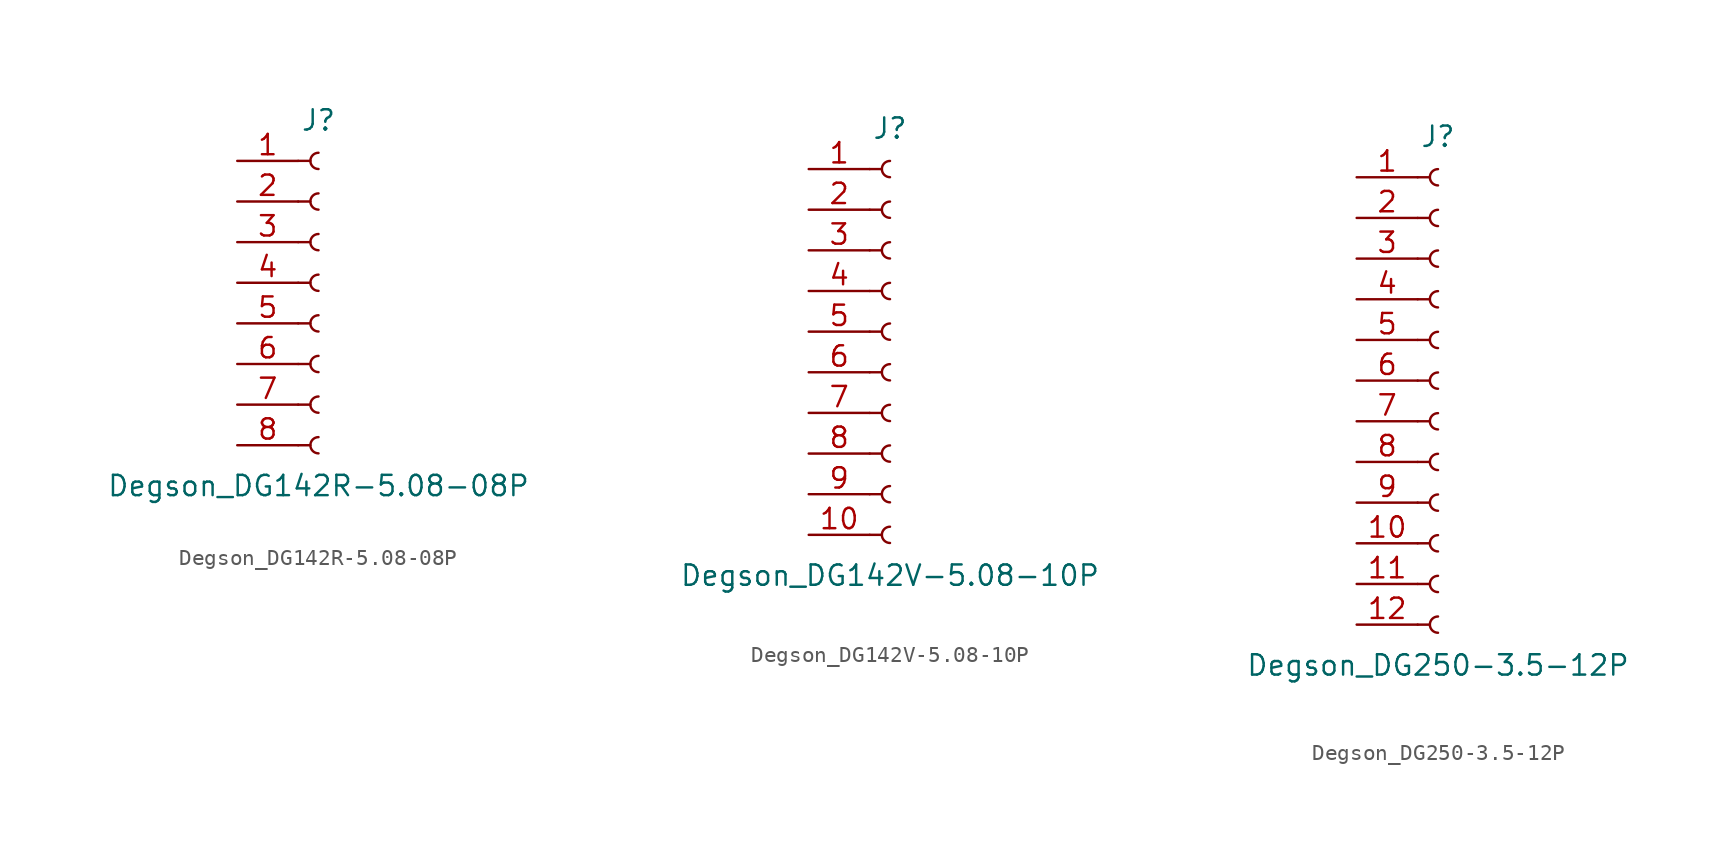
<source format=kicad_sym>
(kicad_symbol_lib
  (version 20231120)
  (generator "kicad_symbol_editor")
  (generator_version "8.0")
  (symbol "Degson_DG142R-5.08-08P"
    (pin_names
      (offset 1.016) hide)
    (property "Reference" "J"
      (at 0 10.16 0)
      (effects (font (size 1.27 1.27))))
    (property "Value" "Degson_DG142R-5.08-08P"
      (at 0 -12.7 0)
      (effects (font (size 1.27 1.27))))
    (symbol "Degson_DG142R-5.08-08P_1_1"
      (arc (start 0 -9.652) (mid -0.5058 -10.16) (end 0 -10.668) (stroke (width 0.1524) (type default)) (fill (type none)))
      (arc (start 0 -7.112) (mid -0.5058 -7.62) (end 0 -8.128) (stroke (width 0.1524) (type default)) (fill (type none)))
      (arc (start 0 -4.572) (mid -0.5058 -5.08) (end 0 -5.588) (stroke (width 0.1524) (type default)) (fill (type none)))
      (arc (start 0 -2.032) (mid -0.5058 -2.54) (end 0 -3.048) (stroke (width 0.1524) (type default)) (fill (type none)))
      (polyline (pts (xy -1.27 -10.16) (xy -0.508 -10.16)) (stroke (width 0.152) (type default)) (fill (type none)))
      (polyline (pts (xy -1.27 -7.62) (xy -0.508 -7.62)) (stroke (width 0.152) (type default)) (fill (type none)))
      (polyline (pts (xy -1.27 -5.08) (xy -0.508 -5.08)) (stroke (width 0.152) (type default)) (fill (type none)))
      (polyline (pts (xy -1.27 -2.54) (xy -0.508 -2.54)) (stroke (width 0.152) (type default)) (fill (type none)))
      (polyline (pts (xy -1.27 0) (xy -0.508 0)) (stroke (width 0.152) (type default)) (fill (type none)))
      (polyline (pts (xy -1.27 2.54) (xy -0.508 2.54)) (stroke (width 0.152) (type default)) (fill (type none)))
      (polyline (pts (xy -1.27 5.08) (xy -0.508 5.08)) (stroke (width 0.152) (type default)) (fill (type none)))
      (polyline (pts (xy -1.27 7.62) (xy -0.508 7.62)) (stroke (width 0.152) (type default)) (fill (type none)))
      (arc (start 0 0.508) (mid -0.5058 0) (end 0 -0.508) (stroke (width 0.1524) (type default)) (fill (type none)))
      (arc (start 0 3.048) (mid -0.5058 2.54) (end 0 2.032) (stroke (width 0.1524) (type default)) (fill (type none)))
      (arc (start 0 5.588) (mid -0.5058 5.08) (end 0 4.572) (stroke (width 0.1524) (type default)) (fill (type none)))
      (arc (start 0 8.128) (mid -0.5058 7.62) (end 0 7.112) (stroke (width 0.1524) (type default)) (fill (type none)))
      (pin passive line (at -5.08 7.62 0) (length 3.81) (name "Pin_1" (effects (font (size 1.27 1.27)))) (number "1" (effects (font (size 1.27 1.27)))))
      (pin passive line (at -5.08 5.08 0) (length 3.81) (name "Pin_2" (effects (font (size 1.27 1.27)))) (number "2" (effects (font (size 1.27 1.27)))))
      (pin passive line (at -5.08 2.54 0) (length 3.81) (name "Pin_3" (effects (font (size 1.27 1.27)))) (number "3" (effects (font (size 1.27 1.27)))))
      (pin passive line (at -5.08 0 0) (length 3.81) (name "Pin_4" (effects (font (size 1.27 1.27)))) (number "4" (effects (font (size 1.27 1.27)))))
      (pin passive line (at -5.08 -2.54 0) (length 3.81) (name "Pin_5" (effects (font (size 1.27 1.27)))) (number "5" (effects (font (size 1.27 1.27)))))
      (pin passive line (at -5.08 -5.08 0) (length 3.81) (name "Pin_6" (effects (font (size 1.27 1.27)))) (number "6" (effects (font (size 1.27 1.27)))))
      (pin passive line (at -5.08 -7.62 0) (length 3.81) (name "Pin_7" (effects (font (size 1.27 1.27)))) (number "7" (effects (font (size 1.27 1.27)))))
      (pin passive line (at -5.08 -10.16 0) (length 3.81) (name "Pin_8" (effects (font (size 1.27 1.27)))) (number "8" (effects (font (size 1.27 1.27)))))))
  (symbol "Degson_DG142V-5.08-10P"
    (pin_names
      (offset 1.016) hide)
    (property "Reference" "J"
      (at 0 12.7 0)
      (effects (font (size 1.27 1.27))))
    (property "Value" "Degson_DG142V-5.08-10P"
      (at 0 -15.24 0)
      (effects (font (size 1.27 1.27))))
    (symbol "Degson_DG142V-5.08-10P_1_1"
      (arc (start 0 -12.192) (mid -0.5058 -12.7) (end 0 -13.208) (stroke (width 0.1524) (type default)) (fill (type none)))
      (arc (start 0 -9.652) (mid -0.5058 -10.16) (end 0 -10.668) (stroke (width 0.1524) (type default)) (fill (type none)))
      (arc (start 0 -7.112) (mid -0.5058 -7.62) (end 0 -8.128) (stroke (width 0.1524) (type default)) (fill (type none)))
      (arc (start 0 -4.572) (mid -0.5058 -5.08) (end 0 -5.588) (stroke (width 0.1524) (type default)) (fill (type none)))
      (arc (start 0 -2.032) (mid -0.5058 -2.54) (end 0 -3.048) (stroke (width 0.1524) (type default)) (fill (type none)))
      (polyline (pts (xy -1.27 -12.7) (xy -0.508 -12.7)) (stroke (width 0.152) (type default)) (fill (type none)))
      (polyline (pts (xy -1.27 -10.16) (xy -0.508 -10.16)) (stroke (width 0.152) (type default)) (fill (type none)))
      (polyline (pts (xy -1.27 -7.62) (xy -0.508 -7.62)) (stroke (width 0.152) (type default)) (fill (type none)))
      (polyline (pts (xy -1.27 -5.08) (xy -0.508 -5.08)) (stroke (width 0.152) (type default)) (fill (type none)))
      (polyline (pts (xy -1.27 -2.54) (xy -0.508 -2.54)) (stroke (width 0.152) (type default)) (fill (type none)))
      (polyline (pts (xy -1.27 0) (xy -0.508 0)) (stroke (width 0.152) (type default)) (fill (type none)))
      (polyline (pts (xy -1.27 2.54) (xy -0.508 2.54)) (stroke (width 0.152) (type default)) (fill (type none)))
      (polyline (pts (xy -1.27 5.08) (xy -0.508 5.08)) (stroke (width 0.152) (type default)) (fill (type none)))
      (polyline (pts (xy -1.27 7.62) (xy -0.508 7.62)) (stroke (width 0.152) (type default)) (fill (type none)))
      (polyline (pts (xy -1.27 10.16) (xy -0.508 10.16)) (stroke (width 0.152) (type default)) (fill (type none)))
      (arc (start 0 0.508) (mid -0.5058 0) (end 0 -0.508) (stroke (width 0.1524) (type default)) (fill (type none)))
      (arc (start 0 3.048) (mid -0.5058 2.54) (end 0 2.032) (stroke (width 0.1524) (type default)) (fill (type none)))
      (arc (start 0 5.588) (mid -0.5058 5.08) (end 0 4.572) (stroke (width 0.1524) (type default)) (fill (type none)))
      (arc (start 0 8.128) (mid -0.5058 7.62) (end 0 7.112) (stroke (width 0.1524) (type default)) (fill (type none)))
      (arc (start 0 10.668) (mid -0.5058 10.16) (end 0 9.652) (stroke (width 0.1524) (type default)) (fill (type none)))
      (pin passive line (at -5.08 10.16 0) (length 3.81) (name "Pin_1" (effects (font (size 1.27 1.27)))) (number "1" (effects (font (size 1.27 1.27)))))
      (pin passive line (at -5.08 -12.7 0) (length 3.81) (name "Pin_10" (effects (font (size 1.27 1.27)))) (number "10" (effects (font (size 1.27 1.27)))))
      (pin passive line (at -5.08 7.62 0) (length 3.81) (name "Pin_2" (effects (font (size 1.27 1.27)))) (number "2" (effects (font (size 1.27 1.27)))))
      (pin passive line (at -5.08 5.08 0) (length 3.81) (name "Pin_3" (effects (font (size 1.27 1.27)))) (number "3" (effects (font (size 1.27 1.27)))))
      (pin passive line (at -5.08 2.54 0) (length 3.81) (name "Pin_4" (effects (font (size 1.27 1.27)))) (number "4" (effects (font (size 1.27 1.27)))))
      (pin passive line (at -5.08 0 0) (length 3.81) (name "Pin_5" (effects (font (size 1.27 1.27)))) (number "5" (effects (font (size 1.27 1.27)))))
      (pin passive line (at -5.08 -2.54 0) (length 3.81) (name "Pin_6" (effects (font (size 1.27 1.27)))) (number "6" (effects (font (size 1.27 1.27)))))
      (pin passive line (at -5.08 -5.08 0) (length 3.81) (name "Pin_7" (effects (font (size 1.27 1.27)))) (number "7" (effects (font (size 1.27 1.27)))))
      (pin passive line (at -5.08 -7.62 0) (length 3.81) (name "Pin_8" (effects (font (size 1.27 1.27)))) (number "8" (effects (font (size 1.27 1.27)))))
      (pin passive line (at -5.08 -10.16 0) (length 3.81) (name "Pin_9" (effects (font (size 1.27 1.27)))) (number "9" (effects (font (size 1.27 1.27)))))))
  (symbol "Degson_DG250-3.5-12P"
    (pin_names
      (offset 1.016) hide)
    (property "Reference" "J"
      (at 0 15.24 0)
      (effects (font (size 1.27 1.27))))
    (property "Value" "Degson_DG250-3.5-12P"
      (at 0 -17.78 0)
      (effects (font (size 1.27 1.27))))
    (symbol "Degson_DG250-3.5-12P_1_1"
      (arc (start 0 -14.732) (mid -0.5058 -15.24) (end 0 -15.748) (stroke (width 0.1524) (type default)) (fill (type none)))
      (arc (start 0 -12.192) (mid -0.5058 -12.7) (end 0 -13.208) (stroke (width 0.1524) (type default)) (fill (type none)))
      (arc (start 0 -9.652) (mid -0.5058 -10.16) (end 0 -10.668) (stroke (width 0.1524) (type default)) (fill (type none)))
      (arc (start 0 -7.112) (mid -0.5058 -7.62) (end 0 -8.128) (stroke (width 0.1524) (type default)) (fill (type none)))
      (arc (start 0 -4.572) (mid -0.5058 -5.08) (end 0 -5.588) (stroke (width 0.1524) (type default)) (fill (type none)))
      (arc (start 0 -2.032) (mid -0.5058 -2.54) (end 0 -3.048) (stroke (width 0.1524) (type default)) (fill (type none)))
      (polyline (pts (xy -1.27 -15.24) (xy -0.508 -15.24)) (stroke (width 0.152) (type default)) (fill (type none)))
      (polyline (pts (xy -1.27 -12.7) (xy -0.508 -12.7)) (stroke (width 0.152) (type default)) (fill (type none)))
      (polyline (pts (xy -1.27 -10.16) (xy -0.508 -10.16)) (stroke (width 0.152) (type default)) (fill (type none)))
      (polyline (pts (xy -1.27 -7.62) (xy -0.508 -7.62)) (stroke (width 0.152) (type default)) (fill (type none)))
      (polyline (pts (xy -1.27 -5.08) (xy -0.508 -5.08)) (stroke (width 0.152) (type default)) (fill (type none)))
      (polyline (pts (xy -1.27 -2.54) (xy -0.508 -2.54)) (stroke (width 0.152) (type default)) (fill (type none)))
      (polyline (pts (xy -1.27 0) (xy -0.508 0)) (stroke (width 0.152) (type default)) (fill (type none)))
      (polyline (pts (xy -1.27 2.54) (xy -0.508 2.54)) (stroke (width 0.152) (type default)) (fill (type none)))
      (polyline (pts (xy -1.27 5.08) (xy -0.508 5.08)) (stroke (width 0.152) (type default)) (fill (type none)))
      (polyline (pts (xy -1.27 7.62) (xy -0.508 7.62)) (stroke (width 0.152) (type default)) (fill (type none)))
      (polyline (pts (xy -1.27 10.16) (xy -0.508 10.16)) (stroke (width 0.152) (type default)) (fill (type none)))
      (polyline (pts (xy -1.27 12.7) (xy -0.508 12.7)) (stroke (width 0.152) (type default)) (fill (type none)))
      (arc (start 0 0.508) (mid -0.5058 0) (end 0 -0.508) (stroke (width 0.1524) (type default)) (fill (type none)))
      (arc (start 0 3.048) (mid -0.5058 2.54) (end 0 2.032) (stroke (width 0.1524) (type default)) (fill (type none)))
      (arc (start 0 5.588) (mid -0.5058 5.08) (end 0 4.572) (stroke (width 0.1524) (type default)) (fill (type none)))
      (arc (start 0 8.128) (mid -0.5058 7.62) (end 0 7.112) (stroke (width 0.1524) (type default)) (fill (type none)))
      (arc (start 0 10.668) (mid -0.5058 10.16) (end 0 9.652) (stroke (width 0.1524) (type default)) (fill (type none)))
      (arc (start 0 13.208) (mid -0.5058 12.7) (end 0 12.192) (stroke (width 0.1524) (type default)) (fill (type none)))
      (pin passive line (at -5.08 12.7 0) (length 3.81) (name "Pin_1" (effects (font (size 1.27 1.27)))) (number "1" (effects (font (size 1.27 1.27)))))
      (pin passive line (at -5.08 -10.16 0) (length 3.81) (name "Pin_10" (effects (font (size 1.27 1.27)))) (number "10" (effects (font (size 1.27 1.27)))))
      (pin passive line (at -5.08 -12.7 0) (length 3.81) (name "Pin_11" (effects (font (size 1.27 1.27)))) (number "11" (effects (font (size 1.27 1.27)))))
      (pin passive line (at -5.08 -15.24 0) (length 3.81) (name "Pin_12" (effects (font (size 1.27 1.27)))) (number "12" (effects (font (size 1.27 1.27)))))
      (pin passive line (at -5.08 10.16 0) (length 3.81) (name "Pin_2" (effects (font (size 1.27 1.27)))) (number "2" (effects (font (size 1.27 1.27)))))
      (pin passive line (at -5.08 7.62 0) (length 3.81) (name "Pin_3" (effects (font (size 1.27 1.27)))) (number "3" (effects (font (size 1.27 1.27)))))
      (pin passive line (at -5.08 5.08 0) (length 3.81) (name "Pin_4" (effects (font (size 1.27 1.27)))) (number "4" (effects (font (size 1.27 1.27)))))
      (pin passive line (at -5.08 2.54 0) (length 3.81) (name "Pin_5" (effects (font (size 1.27 1.27)))) (number "5" (effects (font (size 1.27 1.27)))))
      (pin passive line (at -5.08 0 0) (length 3.81) (name "Pin_6" (effects (font (size 1.27 1.27)))) (number "6" (effects (font (size 1.27 1.27)))))
      (pin passive line (at -5.08 -2.54 0) (length 3.81) (name "Pin_7" (effects (font (size 1.27 1.27)))) (number "7" (effects (font (size 1.27 1.27)))))
      (pin passive line (at -5.08 -5.08 0) (length 3.81) (name "Pin_8" (effects (font (size 1.27 1.27)))) (number "8" (effects (font (size 1.27 1.27)))))
      (pin passive line (at -5.08 -7.62 0) (length 3.81) (name "Pin_9" (effects (font (size 1.27 1.27)))) (number "9" (effects (font (size 1.27 1.27))))))))
</source>
